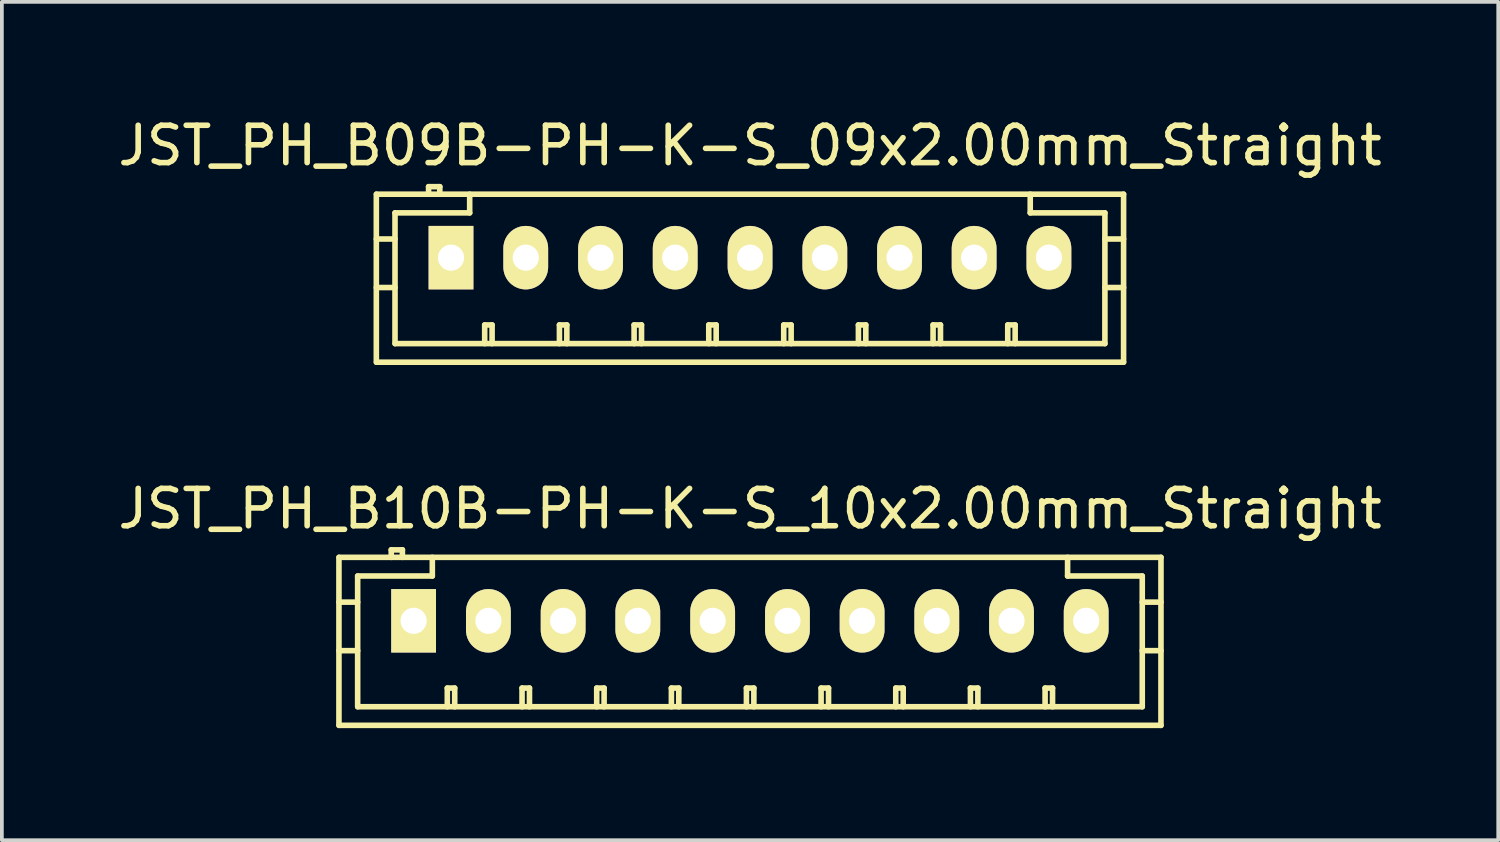
<source format=kicad_pcb>
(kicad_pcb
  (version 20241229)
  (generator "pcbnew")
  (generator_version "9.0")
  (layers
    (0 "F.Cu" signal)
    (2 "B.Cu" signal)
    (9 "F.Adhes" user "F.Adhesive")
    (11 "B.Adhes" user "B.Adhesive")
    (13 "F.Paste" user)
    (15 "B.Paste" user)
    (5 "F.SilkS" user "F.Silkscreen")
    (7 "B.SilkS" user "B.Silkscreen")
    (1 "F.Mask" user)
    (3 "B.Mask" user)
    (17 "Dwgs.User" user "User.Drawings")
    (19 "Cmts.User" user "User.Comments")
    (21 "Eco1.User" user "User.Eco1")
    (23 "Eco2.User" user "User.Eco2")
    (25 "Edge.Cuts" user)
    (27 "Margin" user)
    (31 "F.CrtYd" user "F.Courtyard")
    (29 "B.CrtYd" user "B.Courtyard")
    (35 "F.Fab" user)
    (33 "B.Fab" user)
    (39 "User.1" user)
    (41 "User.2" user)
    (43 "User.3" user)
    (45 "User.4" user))
  (footprint "JST_PH_B10B-PH-K-S_10x2.00mm_Straight"
    (layer "F.Cu")
    (at 8.03 13.57)
    (property "Reference" "JST_PH_B10B-PH-K-S_10x2.00mm_Straight" (at 9 -3 0) (layer "F.SilkS") (effects (font (size 1 1) (thickness 0.15))))
    (attr through_hole)
    (fp_line (start -2.006 -1.699) (end -2.006 2.799) (stroke (width 0.15) (type solid)) (layer "F.SilkS"))
    (fp_line (start -2.001 -1.699) (end 20.001 -1.699) (stroke (width 0.15) (type solid)) (layer "F.SilkS"))
    (fp_line (start -2.001 2.799) (end 20.001 2.799) (stroke (width 0.15) (type solid)) (layer "F.SilkS"))
    (fp_line (start -1.505 -1.199) (end -1.505 2.301) (stroke (width 0.15) (type solid)) (layer "F.SilkS"))
    (fp_line (start -1.505 -0.5) (end -2.006 -0.5) (stroke (width 0.15) (type solid)) (layer "F.SilkS"))
    (fp_line (start -1.505 0.8) (end -2.006 0.8) (stroke (width 0.15) (type solid)) (layer "F.SilkS"))
    (fp_line (start -0.606 -1.9) (end -0.606 -1.699) (stroke (width 0.15) (type solid)) (layer "F.SilkS"))
    (fp_line (start -0.307 -1.9) (end -0.606 -1.9) (stroke (width 0.15) (type solid)) (layer "F.SilkS"))
    (fp_line (start -0.307 -1.699) (end -0.307 -1.9) (stroke (width 0.15) (type solid)) (layer "F.SilkS"))
    (fp_line (start 0.494 -1.699) (end 0.494 -1.199) (stroke (width 0.15) (type solid)) (layer "F.SilkS"))
    (fp_line (start 0.494 -1.199) (end -1.505 -1.199) (stroke (width 0.15) (type solid)) (layer "F.SilkS"))
    (fp_line (start 0.895 1.801) (end 1.093 1.801) (stroke (width 0.15) (type solid)) (layer "F.SilkS"))
    (fp_line (start 0.895 2.301) (end 0.895 1.801) (stroke (width 0.15) (type solid)) (layer "F.SilkS"))
    (fp_line (start 1.093 1.801) (end 1.093 2.301) (stroke (width 0.15) (type solid)) (layer "F.SilkS"))
    (fp_line (start 2.896 1.801) (end 3.095 1.801) (stroke (width 0.15) (type solid)) (layer "F.SilkS"))
    (fp_line (start 2.896 2.301) (end 2.896 1.801) (stroke (width 0.15) (type solid)) (layer "F.SilkS"))
    (fp_line (start 3.095 1.801) (end 3.095 2.301) (stroke (width 0.15) (type solid)) (layer "F.SilkS"))
    (fp_line (start 4.895 1.801) (end 5.093 1.801) (stroke (width 0.15) (type solid)) (layer "F.SilkS"))
    (fp_line (start 4.895 2.301) (end 4.895 1.801) (stroke (width 0.15) (type solid)) (layer "F.SilkS"))
    (fp_line (start 5.093 1.801) (end 5.093 2.301) (stroke (width 0.15) (type solid)) (layer "F.SilkS"))
    (fp_line (start 6.894 1.801) (end 7.092 1.801) (stroke (width 0.15) (type solid)) (layer "F.SilkS"))
    (fp_line (start 6.894 2.301) (end 6.894 1.801) (stroke (width 0.15) (type solid)) (layer "F.SilkS"))
    (fp_line (start 7.092 1.801) (end 7.092 2.301) (stroke (width 0.15) (type solid)) (layer "F.SilkS"))
    (fp_line (start 8.903 1.801) (end 9.102 1.801) (stroke (width 0.15) (type solid)) (layer "F.SilkS"))
    (fp_line (start 8.903 2.301) (end 8.903 1.801) (stroke (width 0.15) (type solid)) (layer "F.SilkS"))
    (fp_line (start 9.102 1.801) (end 9.102 2.301) (stroke (width 0.15) (type solid)) (layer "F.SilkS"))
    (fp_line (start 10.902 1.801) (end 11.101 1.801) (stroke (width 0.15) (type solid)) (layer "F.SilkS"))
    (fp_line (start 10.902 2.301) (end 10.902 1.801) (stroke (width 0.15) (type solid)) (layer "F.SilkS"))
    (fp_line (start 11.101 1.801) (end 11.101 2.301) (stroke (width 0.15) (type solid)) (layer "F.SilkS"))
    (fp_line (start 12.901 1.801) (end 13.1 1.801) (stroke (width 0.15) (type solid)) (layer "F.SilkS"))
    (fp_line (start 12.901 2.301) (end 12.901 1.801) (stroke (width 0.15) (type solid)) (layer "F.SilkS"))
    (fp_line (start 13.1 1.801) (end 13.1 2.301) (stroke (width 0.15) (type solid)) (layer "F.SilkS"))
    (fp_line (start 14.9 1.801) (end 15.099 1.801) (stroke (width 0.15) (type solid)) (layer "F.SilkS"))
    (fp_line (start 14.9 2.301) (end 14.9 1.801) (stroke (width 0.15) (type solid)) (layer "F.SilkS"))
    (fp_line (start 15.099 1.801) (end 15.099 2.301) (stroke (width 0.15) (type solid)) (layer "F.SilkS"))
    (fp_line (start 16.899 1.801) (end 17.098 1.801) (stroke (width 0.15) (type solid)) (layer "F.SilkS"))
    (fp_line (start 16.899 2.301) (end 16.899 1.801) (stroke (width 0.15) (type solid)) (layer "F.SilkS"))
    (fp_line (start 17.098 1.801) (end 17.098 2.301) (stroke (width 0.15) (type solid)) (layer "F.SilkS"))
    (fp_line (start 17.501 -1.199) (end 17.501 -1.699) (stroke (width 0.15) (type solid)) (layer "F.SilkS"))
    (fp_line (start 19.5 -1.199) (end 17.501 -1.199) (stroke (width 0.15) (type solid)) (layer "F.SilkS"))
    (fp_line (start 19.5 0.8) (end 20.001 0.8) (stroke (width 0.15) (type solid)) (layer "F.SilkS"))
    (fp_line (start 19.5 2.301) (end -1.5 2.301) (stroke (width 0.15) (type solid)) (layer "F.SilkS"))
    (fp_line (start 19.5 2.301) (end 19.5 -1.199) (stroke (width 0.15) (type solid)) (layer "F.SilkS"))
    (fp_line (start 20.001 -1.699) (end 20.001 2.799) (stroke (width 0.15) (type solid)) (layer "F.SilkS"))
    (fp_line (start 20.001 -0.5) (end 19.5 -0.5) (stroke (width 0.15) (type solid)) (layer "F.SilkS"))
    (pad "1" thru_hole rect (at -0.007 0) (size 1.199 1.699) (drill 0.701) (layers "*.Cu" "*.Mask" "F.SilkS"))
    (pad "2" thru_hole oval (at 1.995 0) (size 1.199 1.699) (drill 0.701) (layers "*.Cu" "*.Mask" "F.SilkS"))
    (pad "3" thru_hole oval (at 3.996 0) (size 1.199 1.699) (drill 0.701) (layers "*.Cu" "*.Mask" "F.SilkS"))
    (pad "4" thru_hole oval (at 5.995 0) (size 1.199 1.699) (drill 0.701) (layers "*.Cu" "*.Mask" "F.SilkS"))
    (pad "5" thru_hole oval (at 7.999 0) (size 1.199 1.699) (drill 0.701) (layers "*.Cu" "*.Mask" "F.SilkS"))
    (pad "6" thru_hole oval (at 10.001 0) (size 1.199 1.699) (drill 0.701) (layers "*.Cu" "*.Mask" "F.SilkS"))
    (pad "7" thru_hole oval (at 12 0) (size 1.199 1.699) (drill 0.701) (layers "*.Cu" "*.Mask" "F.SilkS"))
    (pad "8" thru_hole oval (at 13.999 0) (size 1.199 1.699) (drill 0.701) (layers "*.Cu" "*.Mask" "F.SilkS"))
    (pad "9" thru_hole oval (at 16 0) (size 1.199 1.699) (drill 0.701) (layers "*.Cu" "*.Mask" "F.SilkS"))
    (pad "10" thru_hole oval (at 17.999 0) (size 1.199 1.699) (drill 0.701) (layers "*.Cu" "*.Mask" "F.SilkS")))
  (footprint "JST_PH_B09B-PH-K-S_09x2.00mm_Straight"
    (layer "F.Cu")
    (at 9.03 3.848)
    (property "Reference" "JST_PH_B09B-PH-K-S_09x2.00mm_Straight" (at 8 -3 0) (layer "F.SilkS") (effects (font (size 1 1) (thickness 0.15))))
    (attr through_hole)
    (fp_line (start -2.005 -1.699) (end -2.005 2.799) (stroke (width 0.15) (type solid)) (layer "F.SilkS"))
    (fp_line (start -1.505 -1.199) (end -1.505 2.301) (stroke (width 0.15) (type solid)) (layer "F.SilkS"))
    (fp_line (start -1.505 -0.5) (end -2.005 -0.5) (stroke (width 0.15) (type solid)) (layer "F.SilkS"))
    (fp_line (start -1.505 0.8) (end -2.005 0.8) (stroke (width 0.15) (type solid)) (layer "F.SilkS"))
    (fp_line (start -1.5 2.301) (end 17.5 2.301) (stroke (width 0.15) (type solid)) (layer "F.SilkS"))
    (fp_line (start -0.606 -1.9) (end -0.606 -1.699) (stroke (width 0.15) (type solid)) (layer "F.SilkS"))
    (fp_line (start -0.306 -1.9) (end -0.606 -1.9) (stroke (width 0.15) (type solid)) (layer "F.SilkS"))
    (fp_line (start -0.306 -1.699) (end -0.306 -1.9) (stroke (width 0.15) (type solid)) (layer "F.SilkS"))
    (fp_line (start 0.494 -1.699) (end 0.494 -1.199) (stroke (width 0.15) (type solid)) (layer "F.SilkS"))
    (fp_line (start 0.494 -1.199) (end -1.505 -1.199) (stroke (width 0.15) (type solid)) (layer "F.SilkS"))
    (fp_line (start 0.896 1.801) (end 1.094 1.801) (stroke (width 0.15) (type solid)) (layer "F.SilkS"))
    (fp_line (start 0.896 2.301) (end 0.896 1.801) (stroke (width 0.15) (type solid)) (layer "F.SilkS"))
    (fp_line (start 1.094 1.801) (end 1.094 2.301) (stroke (width 0.15) (type solid)) (layer "F.SilkS"))
    (fp_line (start 2.897 1.801) (end 3.095 1.801) (stroke (width 0.15) (type solid)) (layer "F.SilkS"))
    (fp_line (start 2.897 2.301) (end 2.897 1.801) (stroke (width 0.15) (type solid)) (layer "F.SilkS"))
    (fp_line (start 3.095 1.801) (end 3.095 2.301) (stroke (width 0.15) (type solid)) (layer "F.SilkS"))
    (fp_line (start 4.896 1.801) (end 5.094 1.801) (stroke (width 0.15) (type solid)) (layer "F.SilkS"))
    (fp_line (start 4.896 2.301) (end 4.896 1.801) (stroke (width 0.15) (type solid)) (layer "F.SilkS"))
    (fp_line (start 5.094 1.801) (end 5.094 2.301) (stroke (width 0.15) (type solid)) (layer "F.SilkS"))
    (fp_line (start 6.895 1.801) (end 7.093 1.801) (stroke (width 0.15) (type solid)) (layer "F.SilkS"))
    (fp_line (start 6.895 2.301) (end 6.895 1.801) (stroke (width 0.15) (type solid)) (layer "F.SilkS"))
    (fp_line (start 7.093 1.801) (end 7.093 2.301) (stroke (width 0.15) (type solid)) (layer "F.SilkS"))
    (fp_line (start 8.902 1.801) (end 9.1 1.801) (stroke (width 0.15) (type solid)) (layer "F.SilkS"))
    (fp_line (start 8.902 2.301) (end 8.902 1.801) (stroke (width 0.15) (type solid)) (layer "F.SilkS"))
    (fp_line (start 9.1 1.801) (end 9.1 2.301) (stroke (width 0.15) (type solid)) (layer "F.SilkS"))
    (fp_line (start 10.901 1.801) (end 11.099 1.801) (stroke (width 0.15) (type solid)) (layer "F.SilkS"))
    (fp_line (start 10.901 2.301) (end 10.901 1.801) (stroke (width 0.15) (type solid)) (layer "F.SilkS"))
    (fp_line (start 11.099 1.801) (end 11.099 2.301) (stroke (width 0.15) (type solid)) (layer "F.SilkS"))
    (fp_line (start 12.9 1.801) (end 13.098 1.801) (stroke (width 0.15) (type solid)) (layer "F.SilkS"))
    (fp_line (start 12.9 2.301) (end 12.9 1.801) (stroke (width 0.15) (type solid)) (layer "F.SilkS"))
    (fp_line (start 13.098 1.801) (end 13.098 2.301) (stroke (width 0.15) (type solid)) (layer "F.SilkS"))
    (fp_line (start 14.899 1.801) (end 15.097 1.801) (stroke (width 0.15) (type solid)) (layer "F.SilkS"))
    (fp_line (start 14.899 2.301) (end 14.899 1.801) (stroke (width 0.15) (type solid)) (layer "F.SilkS"))
    (fp_line (start 15.097 1.801) (end 15.097 2.301) (stroke (width 0.15) (type solid)) (layer "F.SilkS"))
    (fp_line (start 15.501 -1.199) (end 15.501 -1.699) (stroke (width 0.15) (type solid)) (layer "F.SilkS"))
    (fp_line (start 17.5 -1.199) (end 15.501 -1.199) (stroke (width 0.15) (type solid)) (layer "F.SilkS"))
    (fp_line (start 17.5 0.8) (end 18 0.8) (stroke (width 0.15) (type solid)) (layer "F.SilkS"))
    (fp_line (start 17.5 2.301) (end 17.5 -1.199) (stroke (width 0.15) (type solid)) (layer "F.SilkS"))
    (fp_line (start 18 -1.699) (end -2 -1.699) (stroke (width 0.15) (type solid)) (layer "F.SilkS"))
    (fp_line (start 18 -1.699) (end 18 2.799) (stroke (width 0.15) (type solid)) (layer "F.SilkS"))
    (fp_line (start 18 -0.5) (end 17.5 -0.5) (stroke (width 0.15) (type solid)) (layer "F.SilkS"))
    (fp_line (start 18 2.799) (end -2 2.799) (stroke (width 0.15) (type solid)) (layer "F.SilkS"))
    (pad "1" thru_hole rect (at -0.006 0) (size 1.199 1.699) (drill 0.701) (layers "*.Cu" "*.Mask" "F.SilkS"))
    (pad "2" thru_hole oval (at 1.995 0) (size 1.199 1.699) (drill 0.701) (layers "*.Cu" "*.Mask" "F.SilkS"))
    (pad "3" thru_hole oval (at 3.997 0) (size 1.199 1.699) (drill 0.701) (layers "*.Cu" "*.Mask" "F.SilkS"))
    (pad "4" thru_hole oval (at 5.996 0) (size 1.199 1.699) (drill 0.701) (layers "*.Cu" "*.Mask" "F.SilkS"))
    (pad "5" thru_hole oval (at 8 0) (size 1.199 1.699) (drill 0.701) (layers "*.Cu" "*.Mask" "F.SilkS"))
    (pad "6" thru_hole oval (at 10.002 0) (size 1.199 1.699) (drill 0.701) (layers "*.Cu" "*.Mask" "F.SilkS"))
    (pad "7" thru_hole oval (at 12.001 0) (size 1.199 1.699) (drill 0.701) (layers "*.Cu" "*.Mask" "F.SilkS"))
    (pad "8" thru_hole oval (at 13.999 0) (size 1.199 1.699) (drill 0.701) (layers "*.Cu" "*.Mask" "F.SilkS"))
    (pad "9" thru_hole oval (at 16.001 0) (size 1.199 1.699) (drill 0.701) (layers "*.Cu" "*.Mask" "F.SilkS")))
  (gr_rect
    (start -3 -3)
    (end 37.06 19.444)
    (stroke (width 0.1) (type default))
    (fill no)
    (layer "Edge.Cuts")))
</source>
